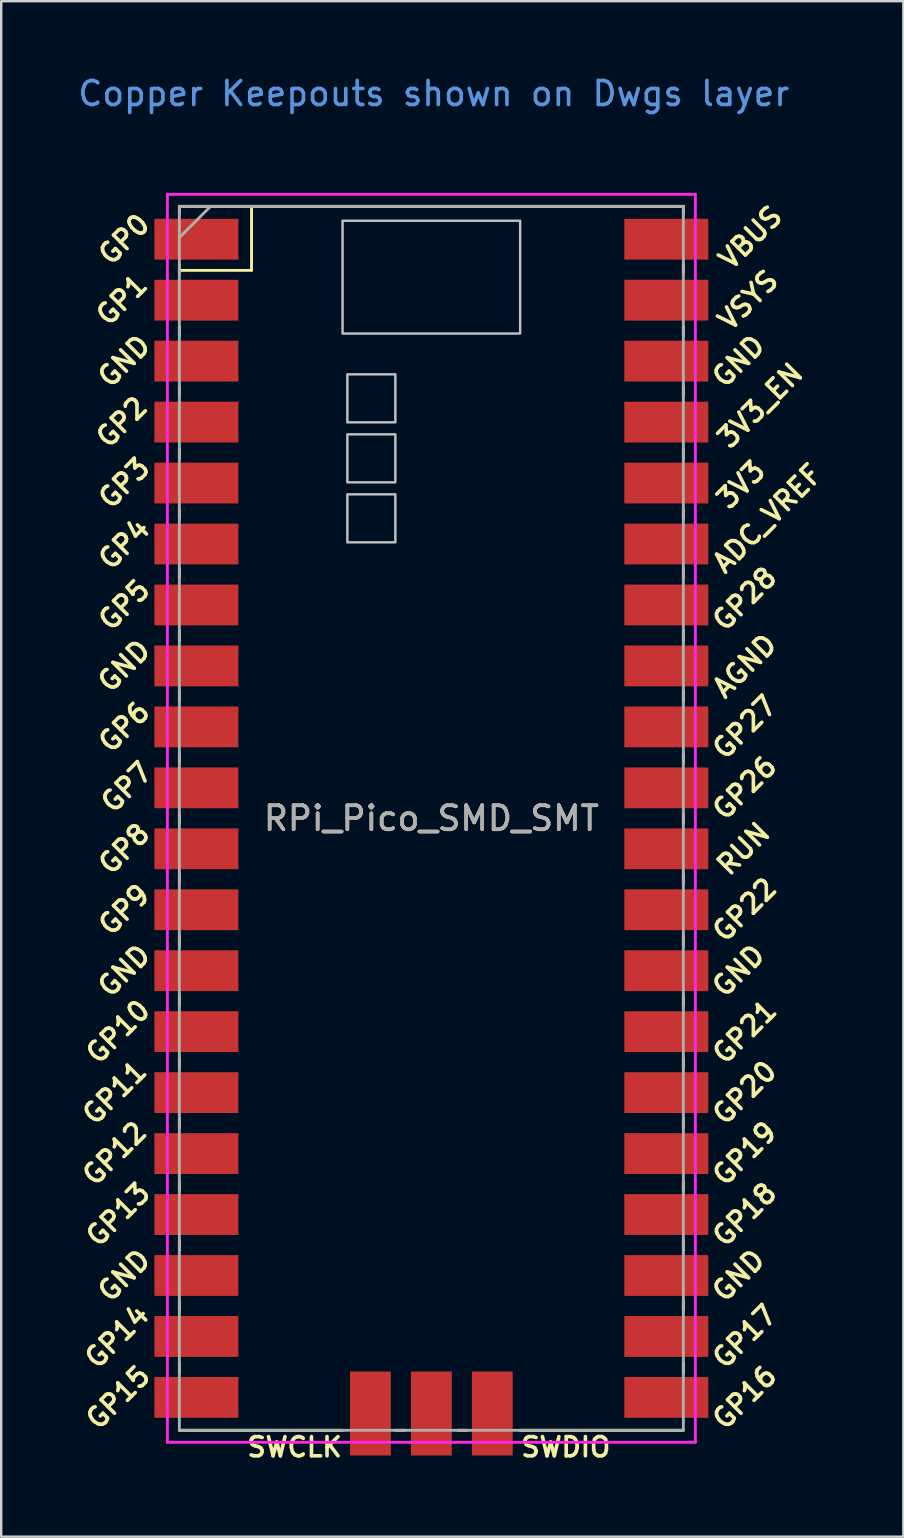
<source format=kicad_pcb>
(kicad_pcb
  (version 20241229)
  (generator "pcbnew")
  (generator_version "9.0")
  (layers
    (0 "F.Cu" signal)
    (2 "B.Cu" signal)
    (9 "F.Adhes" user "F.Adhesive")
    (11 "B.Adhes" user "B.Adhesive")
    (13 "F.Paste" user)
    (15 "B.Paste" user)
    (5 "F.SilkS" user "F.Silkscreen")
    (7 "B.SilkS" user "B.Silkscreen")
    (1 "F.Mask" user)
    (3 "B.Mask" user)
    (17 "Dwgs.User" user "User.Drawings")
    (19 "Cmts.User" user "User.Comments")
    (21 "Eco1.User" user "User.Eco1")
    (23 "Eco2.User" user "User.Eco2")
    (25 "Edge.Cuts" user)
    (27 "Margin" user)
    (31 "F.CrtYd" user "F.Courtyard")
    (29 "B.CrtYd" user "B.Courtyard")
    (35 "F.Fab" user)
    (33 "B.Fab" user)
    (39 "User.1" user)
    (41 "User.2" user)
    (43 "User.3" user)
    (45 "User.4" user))
  (footprint "RPi_Pico_SMD_SMT"
    (layer "F.Cu")
    (at 14.924 31.048)
    (property "Reference" "RPi_Pico_SMD_SMT" (at 0 0 0) (layer "F.SilkS") (effects (font (size 1 1) (thickness 0.15))))
    (attr through_hole)
    (fp_line (start -10.5 -25.5) (end -10.5 -25.2) (stroke (width 0.12) (type solid)) (layer "F.SilkS"))
    (fp_line (start -10.5 -25.5) (end 10.5 -25.5) (stroke (width 0.12) (type solid)) (layer "F.SilkS"))
    (fp_line (start -10.5 -23.1) (end -10.5 -22.7) (stroke (width 0.12) (type solid)) (layer "F.SilkS"))
    (fp_line (start -10.5 -22.833) (end -7.493 -22.833) (stroke (width 0.12) (type solid)) (layer "F.SilkS"))
    (fp_line (start -10.5 -20.5) (end -10.5 -20.1) (stroke (width 0.12) (type solid)) (layer "F.SilkS"))
    (fp_line (start -10.5 -18) (end -10.5 -17.6) (stroke (width 0.12) (type solid)) (layer "F.SilkS"))
    (fp_line (start -10.5 -15.4) (end -10.5 -15) (stroke (width 0.12) (type solid)) (layer "F.SilkS"))
    (fp_line (start -10.5 -12.9) (end -10.5 -12.5) (stroke (width 0.12) (type solid)) (layer "F.SilkS"))
    (fp_line (start -10.5 -10.4) (end -10.5 -10) (stroke (width 0.12) (type solid)) (layer "F.SilkS"))
    (fp_line (start -10.5 -7.8) (end -10.5 -7.4) (stroke (width 0.12) (type solid)) (layer "F.SilkS"))
    (fp_line (start -10.5 -5.3) (end -10.5 -4.9) (stroke (width 0.12) (type solid)) (layer "F.SilkS"))
    (fp_line (start -10.5 -2.7) (end -10.5 -2.3) (stroke (width 0.12) (type solid)) (layer "F.SilkS"))
    (fp_line (start -10.5 -0.2) (end -10.5 0.2) (stroke (width 0.12) (type solid)) (layer "F.SilkS"))
    (fp_line (start -10.5 2.3) (end -10.5 2.7) (stroke (width 0.12) (type solid)) (layer "F.SilkS"))
    (fp_line (start -10.5 4.9) (end -10.5 5.3) (stroke (width 0.12) (type solid)) (layer "F.SilkS"))
    (fp_line (start -10.5 7.4) (end -10.5 7.8) (stroke (width 0.12) (type solid)) (layer "F.SilkS"))
    (fp_line (start -10.5 10) (end -10.5 10.4) (stroke (width 0.12) (type solid)) (layer "F.SilkS"))
    (fp_line (start -10.5 12.5) (end -10.5 12.9) (stroke (width 0.12) (type solid)) (layer "F.SilkS"))
    (fp_line (start -10.5 15.1) (end -10.5 15.5) (stroke (width 0.12) (type solid)) (layer "F.SilkS"))
    (fp_line (start -10.5 17.6) (end -10.5 18) (stroke (width 0.12) (type solid)) (layer "F.SilkS"))
    (fp_line (start -10.5 20.1) (end -10.5 20.5) (stroke (width 0.12) (type solid)) (layer "F.SilkS"))
    (fp_line (start -10.5 22.7) (end -10.5 23.1) (stroke (width 0.12) (type solid)) (layer "F.SilkS"))
    (fp_line (start -7.493 -22.833) (end -7.493 -25.5) (stroke (width 0.12) (type solid)) (layer "F.SilkS"))
    (fp_line (start -3.7 25.5) (end -10.5 25.5) (stroke (width 0.12) (type solid)) (layer "F.SilkS"))
    (fp_line (start -1.5 25.5) (end -1.1 25.5) (stroke (width 0.12) (type solid)) (layer "F.SilkS"))
    (fp_line (start 1.1 25.5) (end 1.5 25.5) (stroke (width 0.12) (type solid)) (layer "F.SilkS"))
    (fp_line (start 10.5 -25.5) (end 10.5 -25.2) (stroke (width 0.12) (type solid)) (layer "F.SilkS"))
    (fp_line (start 10.5 -23.1) (end 10.5 -22.7) (stroke (width 0.12) (type solid)) (layer "F.SilkS"))
    (fp_line (start 10.5 -20.5) (end 10.5 -20.1) (stroke (width 0.12) (type solid)) (layer "F.SilkS"))
    (fp_line (start 10.5 -18) (end 10.5 -17.6) (stroke (width 0.12) (type solid)) (layer "F.SilkS"))
    (fp_line (start 10.5 -15.4) (end 10.5 -15) (stroke (width 0.12) (type solid)) (layer "F.SilkS"))
    (fp_line (start 10.5 -12.9) (end 10.5 -12.5) (stroke (width 0.12) (type solid)) (layer "F.SilkS"))
    (fp_line (start 10.5 -10.4) (end 10.5 -10) (stroke (width 0.12) (type solid)) (layer "F.SilkS"))
    (fp_line (start 10.5 -7.8) (end 10.5 -7.4) (stroke (width 0.12) (type solid)) (layer "F.SilkS"))
    (fp_line (start 10.5 -5.3) (end 10.5 -4.9) (stroke (width 0.12) (type solid)) (layer "F.SilkS"))
    (fp_line (start 10.5 -2.7) (end 10.5 -2.3) (stroke (width 0.12) (type solid)) (layer "F.SilkS"))
    (fp_line (start 10.5 -0.2) (end 10.5 0.2) (stroke (width 0.12) (type solid)) (layer "F.SilkS"))
    (fp_line (start 10.5 2.3) (end 10.5 2.7) (stroke (width 0.12) (type solid)) (layer "F.SilkS"))
    (fp_line (start 10.5 4.9) (end 10.5 5.3) (stroke (width 0.12) (type solid)) (layer "F.SilkS"))
    (fp_line (start 10.5 7.4) (end 10.5 7.8) (stroke (width 0.12) (type solid)) (layer "F.SilkS"))
    (fp_line (start 10.5 10) (end 10.5 10.4) (stroke (width 0.12) (type solid)) (layer "F.SilkS"))
    (fp_line (start 10.5 12.5) (end 10.5 12.9) (stroke (width 0.12) (type solid)) (layer "F.SilkS"))
    (fp_line (start 10.5 15.1) (end 10.5 15.5) (stroke (width 0.12) (type solid)) (layer "F.SilkS"))
    (fp_line (start 10.5 17.6) (end 10.5 18) (stroke (width 0.12) (type solid)) (layer "F.SilkS"))
    (fp_line (start 10.5 20.1) (end 10.5 20.5) (stroke (width 0.12) (type solid)) (layer "F.SilkS"))
    (fp_line (start 10.5 22.7) (end 10.5 23.1) (stroke (width 0.12) (type solid)) (layer "F.SilkS"))
    (fp_line (start 10.5 25.5) (end 3.7 25.5) (stroke (width 0.12) (type solid)) (layer "F.SilkS"))
    (fp_poly (pts (xy -1.5 -16.5) (xy -3.5 -16.5) (xy -3.5 -18.5) (xy -1.5 -18.5)) (stroke (width 0.1) (type solid)) (fill no) (layer "Dwgs.User"))
    (fp_poly (pts (xy -1.5 -14) (xy -3.5 -14) (xy -3.5 -16) (xy -1.5 -16)) (stroke (width 0.1) (type solid)) (fill no) (layer "Dwgs.User"))
    (fp_poly (pts (xy -1.5 -11.5) (xy -3.5 -11.5) (xy -3.5 -13.5) (xy -1.5 -13.5)) (stroke (width 0.1) (type solid)) (fill no) (layer "Dwgs.User"))
    (fp_poly (pts (xy 3.7 -20.2) (xy -3.7 -20.2) (xy -3.7 -24.9) (xy 3.7 -24.9)) (stroke (width 0.1) (type solid)) (fill no) (layer "Dwgs.User"))
    (fp_line (start -11 -26) (end 11 -26) (stroke (width 0.12) (type solid)) (layer "F.CrtYd"))
    (fp_line (start -11 26) (end -11 -26) (stroke (width 0.12) (type solid)) (layer "F.CrtYd"))
    (fp_line (start 11 -26) (end 11 26) (stroke (width 0.12) (type solid)) (layer "F.CrtYd"))
    (fp_line (start 11 26) (end -11 26) (stroke (width 0.12) (type solid)) (layer "F.CrtYd"))
    (fp_line (start -10.5 -25.5) (end 10.5 -25.5) (stroke (width 0.12) (type solid)) (layer "F.Fab"))
    (fp_line (start -10.5 -24.2) (end -9.2 -25.5) (stroke (width 0.12) (type solid)) (layer "F.Fab"))
    (fp_line (start -10.5 25.5) (end -10.5 -25.5) (stroke (width 0.12) (type solid)) (layer "F.Fab"))
    (fp_line (start 10.5 -25.5) (end 10.5 25.5) (stroke (width 0.12) (type solid)) (layer "F.Fab"))
    (fp_line (start 10.5 25.5) (end -10.5 25.5) (stroke (width 0.12) (type solid)) (layer "F.Fab"))
    (fp_text user "GP10" (at -13.054 8.89 45) (layer "F.SilkS") (effects (font (size 0.8 0.8) (thickness 0.15))))
    (fp_text user "RUN" (at 13 1.27 45) (layer "F.SilkS") (effects (font (size 0.8 0.8) (thickness 0.15))))
    (fp_text user "GP1" (at -12.9 -21.6 45) (layer "F.SilkS") (effects (font (size 0.8 0.8) (thickness 0.15))))
    (fp_text user "3V3" (at 12.9 -13.9 45) (layer "F.SilkS") (effects (font (size 0.8 0.8) (thickness 0.15))))
    (fp_text user "GP21" (at 13.054 8.9 45) (layer "F.SilkS") (effects (font (size 0.8 0.8) (thickness 0.15))))
    (fp_text user "ADC_VREF" (at 14 -12.5 45) (layer "F.SilkS") (effects (font (size 0.8 0.8) (thickness 0.15))))
    (fp_text user "SWDIO" (at 5.6 26.2 0) (layer "F.SilkS") (effects (font (size 0.8 0.8) (thickness 0.15))))
    (fp_text user "GP19" (at 13.054 13.97 45) (layer "F.SilkS") (effects (font (size 0.8 0.8) (thickness 0.15))))
    (fp_text user "GP6" (at -12.8 -3.81 45) (layer "F.SilkS") (effects (font (size 0.8 0.8) (thickness 0.15))))
    (fp_text user "VBUS" (at 13.3 -24.2 45) (layer "F.SilkS") (effects (font (size 0.8 0.8) (thickness 0.15))))
    (fp_text user "GP12" (at -13.2 13.97 45) (layer "F.SilkS") (effects (font (size 0.8 0.8) (thickness 0.15))))
    (fp_text user "GP11" (at -13.2 11.43 45) (layer "F.SilkS") (effects (font (size 0.8 0.8) (thickness 0.15))))
    (fp_text user "GND" (at -12.8 -19.05 45) (layer "F.SilkS") (effects (font (size 0.8 0.8) (thickness 0.15))))
    (fp_text user "3V3_EN" (at 13.7 -17.2 45) (layer "F.SilkS") (effects (font (size 0.8 0.8) (thickness 0.15))))
    (fp_text user "GP13" (at -13.054 16.51 45) (layer "F.SilkS") (effects (font (size 0.8 0.8) (thickness 0.15))))
    (fp_text user "GND" (at 12.8 -19.05 45) (layer "F.SilkS") (effects (font (size 0.8 0.8) (thickness 0.15))))
    (fp_text user "GND" (at -12.8 -6.35 45) (layer "F.SilkS") (effects (font (size 0.8 0.8) (thickness 0.15))))
    (fp_text user "GP17" (at 13.054 21.59 45) (layer "F.SilkS") (effects (font (size 0.8 0.8) (thickness 0.15))))
    (fp_text user "GP7" (at -12.7 -1.3 45) (layer "F.SilkS") (effects (font (size 0.8 0.8) (thickness 0.15))))
    (fp_text user "GND" (at -12.8 6.35 45) (layer "F.SilkS") (effects (font (size 0.8 0.8) (thickness 0.15))))
    (fp_text user "GP3" (at -12.8 -13.97 45) (layer "F.SilkS") (effects (font (size 0.8 0.8) (thickness 0.15))))
    (fp_text user "GP18" (at 13.054 16.51 45) (layer "F.SilkS") (effects (font (size 0.8 0.8) (thickness 0.15))))
    (fp_text user "GP22" (at 13.054 3.81 45) (layer "F.SilkS") (effects (font (size 0.8 0.8) (thickness 0.15))))
    (fp_text user "GP4" (at -12.8 -11.43 45) (layer "F.SilkS") (effects (font (size 0.8 0.8) (thickness 0.15))))
    (fp_text user "GP5" (at -12.8 -8.89 45) (layer "F.SilkS") (effects (font (size 0.8 0.8) (thickness 0.15))))
    (fp_text user "VSYS" (at 13.2 -21.59 45) (layer "F.SilkS") (effects (font (size 0.8 0.8) (thickness 0.15))))
    (fp_text user "GP20" (at 13.054 11.43 45) (layer "F.SilkS") (effects (font (size 0.8 0.8) (thickness 0.15))))
    (fp_text user "SWCLK" (at -5.7 26.2 0) (layer "F.SilkS") (effects (font (size 0.8 0.8) (thickness 0.15))))
    (fp_text user "GND" (at -12.8 19.05 45) (layer "F.SilkS") (effects (font (size 0.8 0.8) (thickness 0.15))))
    (fp_text user "GP0" (at -12.8 -24.13 45) (layer "F.SilkS") (effects (font (size 0.8 0.8) (thickness 0.15))))
    (fp_text user "GP16" (at 13.054 24.13 45) (layer "F.SilkS") (effects (font (size 0.8 0.8) (thickness 0.15))))
    (fp_text user "GND" (at 12.8 19.05 45) (layer "F.SilkS") (effects (font (size 0.8 0.8) (thickness 0.15))))
    (fp_text user "GP28" (at 13.054 -9.144 45) (layer "F.SilkS") (effects (font (size 0.8 0.8) (thickness 0.15))))
    (fp_text user "GP27" (at 13.054 -3.8 45) (layer "F.SilkS") (effects (font (size 0.8 0.8) (thickness 0.15))))
    (fp_text user "GP26" (at 13.054 -1.27 45) (layer "F.SilkS") (effects (font (size 0.8 0.8) (thickness 0.15))))
    (fp_text user "AGND" (at 13.054 -6.35 45) (layer "F.SilkS") (effects (font (size 0.8 0.8) (thickness 0.15))))
    (fp_text user "GP2" (at -12.9 -16.51 45) (layer "F.SilkS") (effects (font (size 0.8 0.8) (thickness 0.15))))
    (fp_text user "GP9" (at -12.8 3.81 45) (layer "F.SilkS") (effects (font (size 0.8 0.8) (thickness 0.15))))
    (fp_text user "GND" (at 12.8 6.35 45) (layer "F.SilkS") (effects (font (size 0.8 0.8) (thickness 0.15))))
    (fp_text user "GP15" (at -13.054 24.13 45) (layer "F.SilkS") (effects (font (size 0.8 0.8) (thickness 0.15))))
    (fp_text user "GP8" (at -12.8 1.27 45) (layer "F.SilkS") (effects (font (size 0.8 0.8) (thickness 0.15))))
    (fp_text user "GP14" (at -13.1 21.59 45) (layer "F.SilkS") (effects (font (size 0.8 0.8) (thickness 0.15))))
    (fp_text user "Copper Keepouts shown on Dwgs layer" (at 0.1 -30.2 0) (layer "Cmts.User") (effects (font (size 1 1) (thickness 0.15))))
    (fp_text user "${REFERENCE}" (at 0 0 180) (layer "F.Fab") (effects (font (size 1 1) (thickness 0.15))))
    (pad "1" smd rect (at -8.89 -24.13) (size 3.5 1.7) (drill (offset -0.9 0)) (layers "F.Cu" "F.Mask"))
    (pad "2" smd rect (at -8.89 -21.59) (size 3.5 1.7) (drill (offset -0.9 0)) (layers "F.Cu" "F.Mask"))
    (pad "3" smd rect (at -8.89 -19.05) (size 3.5 1.7) (drill (offset -0.9 0)) (layers "F.Cu" "F.Mask"))
    (pad "4" smd rect (at -8.89 -16.51) (size 3.5 1.7) (drill (offset -0.9 0)) (layers "F.Cu" "F.Mask"))
    (pad "5" smd rect (at -8.89 -13.97) (size 3.5 1.7) (drill (offset -0.9 0)) (layers "F.Cu" "F.Mask"))
    (pad "6" smd rect (at -8.89 -11.43) (size 3.5 1.7) (drill (offset -0.9 0)) (layers "F.Cu" "F.Mask"))
    (pad "7" smd rect (at -8.89 -8.89) (size 3.5 1.7) (drill (offset -0.9 0)) (layers "F.Cu" "F.Mask"))
    (pad "8" smd rect (at -8.89 -6.35) (size 3.5 1.7) (drill (offset -0.9 0)) (layers "F.Cu" "F.Mask"))
    (pad "9" smd rect (at -8.89 -3.81) (size 3.5 1.7) (drill (offset -0.9 0)) (layers "F.Cu" "F.Mask"))
    (pad "10" smd rect (at -8.89 -1.27) (size 3.5 1.7) (drill (offset -0.9 0)) (layers "F.Cu" "F.Mask"))
    (pad "11" smd rect (at -8.89 1.27) (size 3.5 1.7) (drill (offset -0.9 0)) (layers "F.Cu" "F.Mask"))
    (pad "12" smd rect (at -8.89 3.81) (size 3.5 1.7) (drill (offset -0.9 0)) (layers "F.Cu" "F.Mask"))
    (pad "13" smd rect (at -8.89 6.35) (size 3.5 1.7) (drill (offset -0.9 0)) (layers "F.Cu" "F.Mask"))
    (pad "14" smd rect (at -8.89 8.89) (size 3.5 1.7) (drill (offset -0.9 0)) (layers "F.Cu" "F.Mask"))
    (pad "15" smd rect (at -8.89 11.43) (size 3.5 1.7) (drill (offset -0.9 0)) (layers "F.Cu" "F.Mask"))
    (pad "16" smd rect (at -8.89 13.97) (size 3.5 1.7) (drill (offset -0.9 0)) (layers "F.Cu" "F.Mask"))
    (pad "17" smd rect (at -8.89 16.51) (size 3.5 1.7) (drill (offset -0.9 0)) (layers "F.Cu" "F.Mask"))
    (pad "18" smd rect (at -8.89 19.05) (size 3.5 1.7) (drill (offset -0.9 0)) (layers "F.Cu" "F.Mask"))
    (pad "19" smd rect (at -8.89 21.59) (size 3.5 1.7) (drill (offset -0.9 0)) (layers "F.Cu" "F.Mask"))
    (pad "20" smd rect (at -8.89 24.13) (size 3.5 1.7) (drill (offset -0.9 0)) (layers "F.Cu" "F.Mask"))
    (pad "21" smd rect (at 8.89 24.13) (size 3.5 1.7) (drill (offset 0.9 0)) (layers "F.Cu" "F.Mask"))
    (pad "22" smd rect (at 8.89 21.59) (size 3.5 1.7) (drill (offset 0.9 0)) (layers "F.Cu" "F.Mask"))
    (pad "23" smd rect (at 8.89 19.05) (size 3.5 1.7) (drill (offset 0.9 0)) (layers "F.Cu" "F.Mask"))
    (pad "24" smd rect (at 8.89 16.51) (size 3.5 1.7) (drill (offset 0.9 0)) (layers "F.Cu" "F.Mask"))
    (pad "25" smd rect (at 8.89 13.97) (size 3.5 1.7) (drill (offset 0.9 0)) (layers "F.Cu" "F.Mask"))
    (pad "26" smd rect (at 8.89 11.43) (size 3.5 1.7) (drill (offset 0.9 0)) (layers "F.Cu" "F.Mask"))
    (pad "27" smd rect (at 8.89 8.89) (size 3.5 1.7) (drill (offset 0.9 0)) (layers "F.Cu" "F.Mask"))
    (pad "28" smd rect (at 8.89 6.35) (size 3.5 1.7) (drill (offset 0.9 0)) (layers "F.Cu" "F.Mask"))
    (pad "29" smd rect (at 8.89 3.81) (size 3.5 1.7) (drill (offset 0.9 0)) (layers "F.Cu" "F.Mask"))
    (pad "30" smd rect (at 8.89 1.27) (size 3.5 1.7) (drill (offset 0.9 0)) (layers "F.Cu" "F.Mask"))
    (pad "31" smd rect (at 8.89 -1.27) (size 3.5 1.7) (drill (offset 0.9 0)) (layers "F.Cu" "F.Mask"))
    (pad "32" smd rect (at 8.89 -3.81) (size 3.5 1.7) (drill (offset 0.9 0)) (layers "F.Cu" "F.Mask"))
    (pad "33" smd rect (at 8.89 -6.35) (size 3.5 1.7) (drill (offset 0.9 0)) (layers "F.Cu" "F.Mask"))
    (pad "34" smd rect (at 8.89 -8.89) (size 3.5 1.7) (drill (offset 0.9 0)) (layers "F.Cu" "F.Mask"))
    (pad "35" smd rect (at 8.89 -11.43) (size 3.5 1.7) (drill (offset 0.9 0)) (layers "F.Cu" "F.Mask"))
    (pad "36" smd rect (at 8.89 -13.97) (size 3.5 1.7) (drill (offset 0.9 0)) (layers "F.Cu" "F.Mask"))
    (pad "37" smd rect (at 8.89 -16.51) (size 3.5 1.7) (drill (offset 0.9 0)) (layers "F.Cu" "F.Mask"))
    (pad "38" smd rect (at 8.89 -19.05) (size 3.5 1.7) (drill (offset 0.9 0)) (layers "F.Cu" "F.Mask"))
    (pad "39" smd rect (at 8.89 -21.59) (size 3.5 1.7) (drill (offset 0.9 0)) (layers "F.Cu" "F.Mask"))
    (pad "40" smd rect (at 8.89 -24.13) (size 3.5 1.7) (drill (offset 0.9 0)) (layers "F.Cu" "F.Mask"))
    (pad "41" smd rect (at -2.54 23.9 90) (size 3.5 1.7) (drill (offset -0.9 0)) (layers "F.Cu" "F.Mask"))
    (pad "42" smd rect (at 0 23.9 90) (size 3.5 1.7) (drill (offset -0.9 0)) (layers "F.Cu" "F.Mask"))
    (pad "43" smd rect (at 2.54 23.9 90) (size 3.5 1.7) (drill (offset -0.9 0)) (layers "F.Cu" "F.Mask")))
  (gr_rect
    (start -3 -3)
    (end 34.591 60.98)
    (stroke (width 0.1) (type default))
    (fill no)
    (layer "Edge.Cuts")))
</source>
